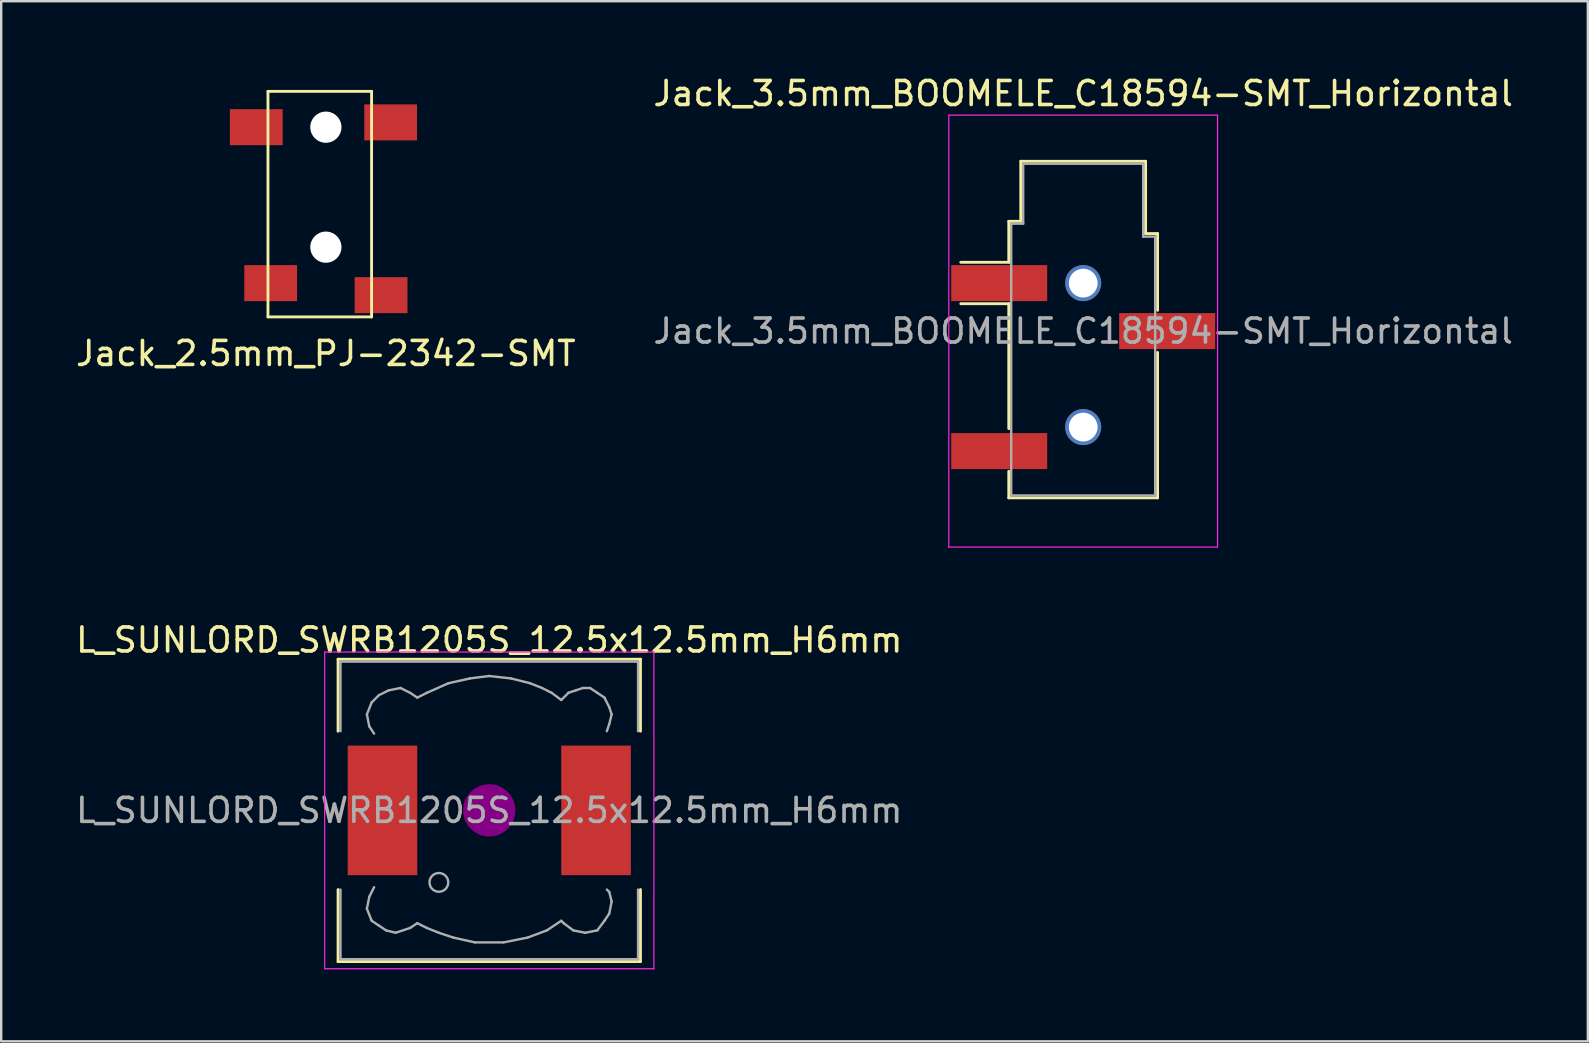
<source format=kicad_pcb>
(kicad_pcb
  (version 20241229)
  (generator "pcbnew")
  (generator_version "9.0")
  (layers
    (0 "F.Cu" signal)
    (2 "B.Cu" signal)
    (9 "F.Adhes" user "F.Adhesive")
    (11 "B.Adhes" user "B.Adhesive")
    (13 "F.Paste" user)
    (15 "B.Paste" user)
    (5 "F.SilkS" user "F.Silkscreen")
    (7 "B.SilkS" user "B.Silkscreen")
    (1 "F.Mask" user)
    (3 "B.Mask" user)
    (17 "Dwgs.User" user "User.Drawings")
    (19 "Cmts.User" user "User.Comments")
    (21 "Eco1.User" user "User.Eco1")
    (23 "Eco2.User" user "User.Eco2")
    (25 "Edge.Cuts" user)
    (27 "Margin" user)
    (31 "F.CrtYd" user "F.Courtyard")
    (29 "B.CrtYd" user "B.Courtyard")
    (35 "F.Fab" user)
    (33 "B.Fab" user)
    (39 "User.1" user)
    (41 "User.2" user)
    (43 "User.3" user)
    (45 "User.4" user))
  (footprint "Jack_3.5mm_BOOMELE_C18594-SMT_Horizontal"
    (layer "F.Cu")
    (at 42.089 10.748)
    (property "Reference" "Jack_3.5mm_BOOMELE_C18594-SMT_Horizontal" (at 0 -9.9 0) (layer "F.SilkS") (effects (font (size 1 1) (thickness 0.15))))
    (attr smd)
    (fp_line (start -3.1 -4.576) (end -2.6 -4.576) (stroke (width 0.12) (type solid)) (layer "F.SilkS"))
    (fp_line (start -3.1 -2.868) (end -5.1 -2.868) (stroke (width 0.12) (type solid)) (layer "F.SilkS"))
    (fp_line (start -3.1 -2.868) (end -3.1 -4.572) (stroke (width 0.12) (type solid)) (layer "F.SilkS"))
    (fp_line (start -3.1 -1.143) (end -5.1 -1.143) (stroke (width 0.12) (type solid)) (layer "F.SilkS"))
    (fp_line (start -3.1 4.064) (end -3.1 -1.143) (stroke (width 0.12) (type solid)) (layer "F.SilkS"))
    (fp_line (start -3.1 6.949) (end -3.1 5.842) (stroke (width 0.12) (type solid)) (layer "F.SilkS"))
    (fp_line (start -2.6 -7.076) (end 2.6 -7.076) (stroke (width 0.12) (type solid)) (layer "F.SilkS"))
    (fp_line (start -2.6 -4.576) (end -2.6 -7.076) (stroke (width 0.12) (type solid)) (layer "F.SilkS"))
    (fp_line (start 2.6 -7.076) (end 2.6 -4.064) (stroke (width 0.12) (type solid)) (layer "F.SilkS"))
    (fp_line (start 2.6 -4.064) (end 3.1 -4.064) (stroke (width 0.12) (type solid)) (layer "F.SilkS"))
    (fp_line (start 3.1 -4.064) (end 3.1 -0.868) (stroke (width 0.12) (type solid)) (layer "F.SilkS"))
    (fp_line (start 3.1 0.889) (end 3.1 6.949) (stroke (width 0.12) (type solid)) (layer "F.SilkS"))
    (fp_line (start 3.1 6.949) (end -3.1 6.949) (stroke (width 0.12) (type solid)) (layer "F.SilkS"))
    (fp_line (start -5.6 -9) (end 5.6 -9) (stroke (width 0.05) (type solid)) (layer "F.CrtYd"))
    (fp_line (start -5.6 9) (end -5.6 -9) (stroke (width 0.05) (type solid)) (layer "F.CrtYd"))
    (fp_line (start 5.6 -9) (end 5.6 9) (stroke (width 0.05) (type solid)) (layer "F.CrtYd"))
    (fp_line (start 5.6 9) (end -5.6 9) (stroke (width 0.05) (type solid)) (layer "F.CrtYd"))
    (fp_line (start -3 -4.476) (end -2.5 -4.476) (stroke (width 0.1) (type solid)) (layer "F.Fab"))
    (fp_line (start -3 6.849) (end -3 -4.445) (stroke (width 0.1) (type solid)) (layer "F.Fab"))
    (fp_line (start -2.5 -6.976) (end 2.5 -6.976) (stroke (width 0.1) (type solid)) (layer "F.Fab"))
    (fp_line (start -2.5 -4.476) (end -2.5 -6.976) (stroke (width 0.1) (type solid)) (layer "F.Fab"))
    (fp_line (start 2.5 -6.976) (end 2.5 -3.937) (stroke (width 0.1) (type solid)) (layer "F.Fab"))
    (fp_line (start 2.5 -3.937) (end 3 -3.937) (stroke (width 0.1) (type solid)) (layer "F.Fab"))
    (fp_line (start 3 -3.937) (end 3 6.858) (stroke (width 0.1) (type solid)) (layer "F.Fab"))
    (fp_line (start 3 6.849) (end -3 6.849) (stroke (width 0.1) (type solid)) (layer "F.Fab"))
    (fp_text user "${REFERENCE}" (at 0 0 0) (layer "F.Fab") (effects (font (size 1 1) (thickness 0.15))))
    (pad "" np_thru_hole circle (at 0 -2) (size 1.5 1.5) (drill 1.2) (layers "*.Cu" "*.Mask"))
    (pad "" np_thru_hole circle (at 0 4) (size 1.5 1.5) (drill 1.2) (layers "*.Cu" "*.Mask"))
    (pad "R" smd rect (at 3.5 0) (size 4 1.5) (layers "F.Cu" "F.Mask" "F.Paste"))
    (pad "S" smd rect (at -3.5 -2) (size 4 1.5) (layers "F.Cu" "F.Mask" "F.Paste"))
    (pad "T" smd rect (at -3.5 5) (size 4 1.5) (layers "F.Cu" "F.Mask" "F.Paste")))
  (footprint "Jack_2.5mm_PJ-2342-SMT"
    (layer "F.Cu")
    (at 10.53 0.25)
    (property "Reference" "Jack_2.5mm_PJ-2342-SMT" (at 0 11.43 0) (layer "F.SilkS") (effects (font (size 1 1) (thickness 0.15))))
    (attr through_hole)
    (fp_line (start -2.413 0.508) (end -2.413 9.906) (stroke (width 0.12) (type solid)) (layer "F.SilkS"))
    (fp_line (start -2.413 9.906) (end 1.905 9.906) (stroke (width 0.12) (type solid)) (layer "F.SilkS"))
    (fp_line (start 1.905 0.508) (end -2.413 0.508) (stroke (width 0.12) (type solid)) (layer "F.SilkS"))
    (fp_line (start 1.905 9.906) (end 1.905 0.508) (stroke (width 0.12) (type solid)) (layer "F.SilkS"))
    (pad "" np_thru_hole circle (at 0 2) (size 1.3 1.3) (drill 1.3) (layers "*.Cu" "*.Mask"))
    (pad "" np_thru_hole circle (at 0 7) (size 1.3 1.3) (drill 1.3) (layers "*.Cu" "*.Mask"))
    (pad "G" smd rect (at 2.3 9) (size 2.2 1.5) (layers "F.Cu" "F.Mask" "F.Paste"))
    (pad "S" smd rect (at -2.9 2) (size 2.2 1.5) (layers "F.Cu" "F.Mask" "F.Paste"))
    (pad "S" smd rect (at 2.7 1.8) (size 2.2 1.5) (layers "F.Cu" "F.Mask" "F.Paste"))
    (pad "T" smd rect (at -2.3 8.5) (size 2.2 1.5) (layers "F.Cu" "F.Mask" "F.Paste")))
  (footprint "L_SUNLORD_SWRB1205S_12.5x12.5mm_H6mm"
    (layer "F.Cu")
    (at 17.339 30.721)
    (property "Reference" "L_SUNLORD_SWRB1205S_12.5x12.5mm_H6mm" (at 0 -7.1 0) (layer "F.SilkS") (effects (font (size 1 1) (thickness 0.15))))
    (attr smd)
    (fp_line (start -6.3 -6.3) (end 6.3 -6.3) (stroke (width 0.12) (type solid)) (layer "F.SilkS"))
    (fp_line (start -6.3 -3.3) (end -6.3 -6.3) (stroke (width 0.12) (type solid)) (layer "F.SilkS"))
    (fp_line (start -6.3 6.3) (end -6.3 3.3) (stroke (width 0.12) (type solid)) (layer "F.SilkS"))
    (fp_line (start 6.3 -6.3) (end 6.3 -3.3) (stroke (width 0.12) (type solid)) (layer "F.SilkS"))
    (fp_line (start 6.3 3.3) (end 6.3 6.3) (stroke (width 0.12) (type solid)) (layer "F.SilkS"))
    (fp_line (start 6.3 6.3) (end -6.3 6.3) (stroke (width 0.12) (type solid)) (layer "F.SilkS"))
    (fp_circle (center 0 0) (end 0.15 0.15) (stroke (width 0.38) (type solid)) (fill no) (layer "F.Adhes"))
    (fp_circle (center 0 0) (end 0.55 0) (stroke (width 0.38) (type solid)) (fill no) (layer "F.Adhes"))
    (fp_circle (center 0 0) (end 0.9 0) (stroke (width 0.38) (type solid)) (fill no) (layer "F.Adhes"))
    (fp_line (start -6.86 -6.6) (end 6.86 -6.6) (stroke (width 0.05) (type solid)) (layer "F.CrtYd"))
    (fp_line (start -6.86 6.6) (end -6.86 -6.6) (stroke (width 0.05) (type solid)) (layer "F.CrtYd"))
    (fp_line (start 6.86 -6.6) (end 6.86 6.6) (stroke (width 0.05) (type solid)) (layer "F.CrtYd"))
    (fp_line (start 6.86 6.6) (end -6.86 6.6) (stroke (width 0.05) (type solid)) (layer "F.CrtYd"))
    (fp_line (start -6.2 -6.2) (end -6.2 -3.3) (stroke (width 0.1) (type solid)) (layer "F.Fab"))
    (fp_line (start -6.2 3.3) (end -6.2 6.2) (stroke (width 0.1) (type solid)) (layer "F.Fab"))
    (fp_line (start -6.2 6.2) (end 6.2 6.2) (stroke (width 0.1) (type solid)) (layer "F.Fab"))
    (fp_line (start -5.1 -4) (end -5 -3.5) (stroke (width 0.1) (type solid)) (layer "F.Fab"))
    (fp_line (start -5.1 4.1) (end -5 3.6) (stroke (width 0.1) (type solid)) (layer "F.Fab"))
    (fp_line (start -5 -3.5) (end -4.8 -3.2) (stroke (width 0.1) (type solid)) (layer "F.Fab"))
    (fp_line (start -5 3.6) (end -4.8 3.2) (stroke (width 0.1) (type solid)) (layer "F.Fab"))
    (fp_line (start -4.9 -4.5) (end -5.1 -4) (stroke (width 0.1) (type solid)) (layer "F.Fab"))
    (fp_line (start -4.9 4.6) (end -5.1 4.1) (stroke (width 0.1) (type solid)) (layer "F.Fab"))
    (fp_line (start -4.6 -4.8) (end -4.9 -4.5) (stroke (width 0.1) (type solid)) (layer "F.Fab"))
    (fp_line (start -4.6 4.8) (end -4.9 4.6) (stroke (width 0.1) (type solid)) (layer "F.Fab"))
    (fp_line (start -4.3 5) (end -4.6 4.8) (stroke (width 0.1) (type solid)) (layer "F.Fab"))
    (fp_line (start -4.2 -5) (end -4.6 -4.8) (stroke (width 0.1) (type solid)) (layer "F.Fab"))
    (fp_line (start -3.9 5.1) (end -4.3 5) (stroke (width 0.1) (type solid)) (layer "F.Fab"))
    (fp_line (start -3.7 -5.1) (end -4.2 -5) (stroke (width 0.1) (type solid)) (layer "F.Fab"))
    (fp_line (start -3.3 -4.9) (end -3.7 -5.1) (stroke (width 0.1) (type solid)) (layer "F.Fab"))
    (fp_line (start -3.3 4.9) (end -3.9 5.1) (stroke (width 0.1) (type solid)) (layer "F.Fab"))
    (fp_line (start -3 -4.7) (end -3.3 -4.9) (stroke (width 0.1) (type solid)) (layer "F.Fab"))
    (fp_line (start -3 4.7) (end -3.3 4.9) (stroke (width 0.1) (type solid)) (layer "F.Fab"))
    (fp_line (start -2.6 -4.9) (end -3 -4.7) (stroke (width 0.1) (type solid)) (layer "F.Fab"))
    (fp_line (start -2.6 4.9) (end -3 4.7) (stroke (width 0.1) (type solid)) (layer "F.Fab"))
    (fp_line (start -2.1 5.1) (end -2.6 4.9) (stroke (width 0.1) (type solid)) (layer "F.Fab"))
    (fp_line (start -1.7 -5.3) (end -2.6 -4.9) (stroke (width 0.1) (type solid)) (layer "F.Fab"))
    (fp_line (start -1.5 5.3) (end -2.1 5.1) (stroke (width 0.1) (type solid)) (layer "F.Fab"))
    (fp_line (start -0.8 -5.5) (end -1.7 -5.3) (stroke (width 0.1) (type solid)) (layer "F.Fab"))
    (fp_line (start -0.6 5.5) (end -1.5 5.3) (stroke (width 0.1) (type solid)) (layer "F.Fab"))
    (fp_line (start 0 -5.6) (end -0.8 -5.5) (stroke (width 0.1) (type solid)) (layer "F.Fab"))
    (fp_line (start 0.6 5.5) (end -0.6 5.5) (stroke (width 0.1) (type solid)) (layer "F.Fab"))
    (fp_line (start 0.9 -5.5) (end 0 -5.6) (stroke (width 0.1) (type solid)) (layer "F.Fab"))
    (fp_line (start 1.6 5.3) (end 0.6 5.5) (stroke (width 0.1) (type solid)) (layer "F.Fab"))
    (fp_line (start 1.7 -5.3) (end 0.9 -5.5) (stroke (width 0.1) (type solid)) (layer "F.Fab"))
    (fp_line (start 2.2 -5.1) (end 1.7 -5.3) (stroke (width 0.1) (type solid)) (layer "F.Fab"))
    (fp_line (start 2.4 5) (end 1.6 5.3) (stroke (width 0.1) (type solid)) (layer "F.Fab"))
    (fp_line (start 2.6 -4.9) (end 2.2 -5.1) (stroke (width 0.1) (type solid)) (layer "F.Fab"))
    (fp_line (start 3 -4.6) (end 2.6 -4.9) (stroke (width 0.1) (type solid)) (layer "F.Fab"))
    (fp_line (start 3 4.6) (end 2.4 5) (stroke (width 0.1) (type solid)) (layer "F.Fab"))
    (fp_line (start 3.1 4.7) (end 3 4.6) (stroke (width 0.1) (type solid)) (layer "F.Fab"))
    (fp_line (start 3.3 -4.9) (end 3 -4.6) (stroke (width 0.1) (type solid)) (layer "F.Fab"))
    (fp_line (start 3.5 5) (end 3.1 4.7) (stroke (width 0.1) (type solid)) (layer "F.Fab"))
    (fp_line (start 3.6 -5) (end 3.3 -4.9) (stroke (width 0.1) (type solid)) (layer "F.Fab"))
    (fp_line (start 3.9 -5.1) (end 3.6 -5) (stroke (width 0.1) (type solid)) (layer "F.Fab"))
    (fp_line (start 4 5.1) (end 3.5 5) (stroke (width 0.1) (type solid)) (layer "F.Fab"))
    (fp_line (start 4.2 -5.1) (end 3.9 -5.1) (stroke (width 0.1) (type solid)) (layer "F.Fab"))
    (fp_line (start 4.5 -4.9) (end 4.2 -5.1) (stroke (width 0.1) (type solid)) (layer "F.Fab"))
    (fp_line (start 4.5 5) (end 4 5.1) (stroke (width 0.1) (type solid)) (layer "F.Fab"))
    (fp_line (start 4.8 -4.7) (end 4.5 -4.9) (stroke (width 0.1) (type solid)) (layer "F.Fab"))
    (fp_line (start 4.8 4.6) (end 4.5 5) (stroke (width 0.1) (type solid)) (layer "F.Fab"))
    (fp_line (start 4.9 -3.3) (end 5 -3.6) (stroke (width 0.1) (type solid)) (layer "F.Fab"))
    (fp_line (start 4.9 3.3) (end 5 3.4) (stroke (width 0.1) (type solid)) (layer "F.Fab"))
    (fp_line (start 5 -4.3) (end 4.8 -4.7) (stroke (width 0.1) (type solid)) (layer "F.Fab"))
    (fp_line (start 5 -3.6) (end 5.1 -4) (stroke (width 0.1) (type solid)) (layer "F.Fab"))
    (fp_line (start 5 3.4) (end 5.1 3.8) (stroke (width 0.1) (type solid)) (layer "F.Fab"))
    (fp_line (start 5 4.3) (end 4.8 4.6) (stroke (width 0.1) (type solid)) (layer "F.Fab"))
    (fp_line (start 5.1 -4) (end 5 -4.3) (stroke (width 0.1) (type solid)) (layer "F.Fab"))
    (fp_line (start 5.1 3.8) (end 5 4.3) (stroke (width 0.1) (type solid)) (layer "F.Fab"))
    (fp_line (start 6.2 -6.2) (end -6.2 -6.2) (stroke (width 0.1) (type solid)) (layer "F.Fab"))
    (fp_line (start 6.2 -6.2) (end 6.2 -3.3) (stroke (width 0.1) (type solid)) (layer "F.Fab"))
    (fp_line (start 6.2 6.2) (end 6.2 3.3) (stroke (width 0.1) (type solid)) (layer "F.Fab"))
    (fp_circle (center -2.1 3) (end -1.8 3.25) (stroke (width 0.1) (type solid)) (fill no) (layer "F.Fab"))
    (fp_text user "${REFERENCE}" (at 0 0 0) (layer "F.Fab") (effects (font (size 1 1) (thickness 0.15))))
    (pad "1" smd rect (at -4.45 0) (size 2.9 5.4) (layers "F.Cu" "F.Mask" "F.Paste"))
    (pad "2" smd rect (at 4.45 0) (size 2.9 5.4) (layers "F.Cu" "F.Mask" "F.Paste")))
  (gr_rect
    (start -3 -3)
    (end 63.119 40.346)
    (stroke (width 0.1) (type default))
    (fill no)
    (layer "Edge.Cuts")))
</source>
